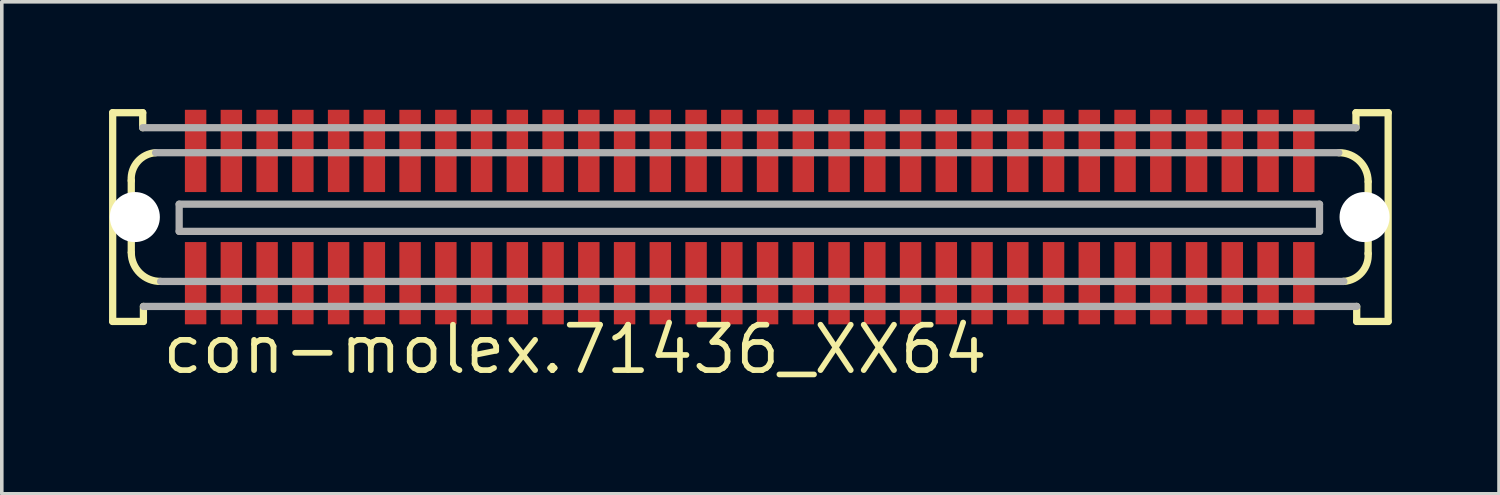
<source format=kicad_pcb>
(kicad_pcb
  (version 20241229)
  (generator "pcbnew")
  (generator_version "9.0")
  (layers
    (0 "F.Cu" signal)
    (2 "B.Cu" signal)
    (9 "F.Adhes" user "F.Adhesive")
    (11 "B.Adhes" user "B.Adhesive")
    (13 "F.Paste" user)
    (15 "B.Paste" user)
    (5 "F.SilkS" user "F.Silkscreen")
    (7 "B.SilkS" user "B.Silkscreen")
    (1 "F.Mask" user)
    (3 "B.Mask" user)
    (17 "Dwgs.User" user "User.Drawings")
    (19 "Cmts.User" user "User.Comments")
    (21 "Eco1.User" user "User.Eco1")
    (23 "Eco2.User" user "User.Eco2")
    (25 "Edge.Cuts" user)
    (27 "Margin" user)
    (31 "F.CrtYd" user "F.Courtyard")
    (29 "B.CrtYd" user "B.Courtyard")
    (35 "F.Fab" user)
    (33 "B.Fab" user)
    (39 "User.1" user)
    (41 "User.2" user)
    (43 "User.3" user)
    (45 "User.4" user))
  (footprint "con-molex.71436_XX64"
    (layer "F.Cu")
    (at 17.922 3.022)
    (property "Reference" "con-molex.71436_XX64" (at -16.51 4.445 0) (layer "F.SilkS") (effects (font (size 1.27 1.27) (thickness 0.16)) (justify left bottom)))
    (attr smd)
    (fp_line (start -17.82 -2.92) (end -16.98 -2.92) (stroke (width 0.203) (type default)) (layer "F.SilkS"))
    (fp_line (start -17.82 2.92) (end -17.82 -2.92) (stroke (width 0.203) (type default)) (layer "F.SilkS"))
    (fp_line (start -17.3 0.98) (end -17.3 -1.02) (stroke (width 0.203) (type default)) (layer "F.SilkS"))
    (fp_line (start -16.98 -2.92) (end -16.98 -2.5) (stroke (width 0.203) (type default)) (layer "F.SilkS"))
    (fp_line (start -16.96 2.5) (end -16.96 2.92) (stroke (width 0.203) (type default)) (layer "F.SilkS"))
    (fp_line (start -16.96 2.92) (end -17.82 2.92) (stroke (width 0.203) (type default)) (layer "F.SilkS"))
    (fp_line (start 16.96 -2.92) (end 17.86 -2.92) (stroke (width 0.203) (type default)) (layer "F.SilkS"))
    (fp_line (start 16.96 -2.5) (end 16.96 -2.92) (stroke (width 0.203) (type default)) (layer "F.SilkS"))
    (fp_line (start 16.98 2.92) (end 16.98 2.5) (stroke (width 0.203) (type default)) (layer "F.SilkS"))
    (fp_line (start 17.3 -0.98) (end 17.3 1.02) (stroke (width 0.203) (type default)) (layer "F.SilkS"))
    (fp_line (start 17.86 -2.92) (end 17.86 2.92) (stroke (width 0.203) (type default)) (layer "F.SilkS"))
    (fp_line (start 17.86 2.92) (end 16.98 2.92) (stroke (width 0.203) (type default)) (layer "F.SilkS"))
    (fp_arc (start -17.3 -1.02) (mid -17.121543 -1.550833) (end -16.62 -1.8) (stroke (width 0.2032) (type default)) (layer "F.SilkS"))
    (fp_arc (start -16.48 1.8) (mid -17.055685 1.569828) (end -17.3 1) (stroke (width 0.2032) (type default)) (layer "F.SilkS"))
    (fp_arc (start 16.48 -1.8) (mid 17.055685 -1.569828) (end 17.3 -1) (stroke (width 0.2032) (type default)) (layer "F.SilkS"))
    (fp_arc (start 17.3 1.02) (mid 17.121543 1.550833) (end 16.62 1.8) (stroke (width 0.2032) (type default)) (layer "F.SilkS"))
    (fp_line (start -16.98 -2.5) (end 16.96 -2.5) (stroke (width 0.203) (type default)) (layer "F.Fab"))
    (fp_line (start -16.62 -1.8) (end 16.48 -1.8) (stroke (width 0.203) (type default)) (layer "F.Fab"))
    (fp_line (start -15.96 -0.36) (end 15.94 -0.36) (stroke (width 0.203) (type default)) (layer "F.Fab"))
    (fp_line (start -15.96 0.4) (end -15.96 -0.36) (stroke (width 0.203) (type default)) (layer "F.Fab"))
    (fp_line (start 15.94 -0.36) (end 15.94 0.4) (stroke (width 0.203) (type default)) (layer "F.Fab"))
    (fp_line (start 15.94 0.4) (end -15.96 0.4) (stroke (width 0.203) (type default)) (layer "F.Fab"))
    (fp_line (start 16.6 1.8) (end -16.48 1.8) (stroke (width 0.203) (type default)) (layer "F.Fab"))
    (fp_line (start 16.62 1.8) (end 16.6 1.8) (stroke (width 0.203) (type default)) (layer "F.Fab"))
    (fp_line (start 16.98 2.5) (end -16.96 2.5) (stroke (width 0.203) (type default)) (layer "F.Fab"))
    (pad "" np_thru_hole circle (at -17.2 0) (size 1.4 1.4) (drill 1.4) (layers "*.Cu" "*.Mask"))
    (pad "" np_thru_hole circle (at 17.2 0) (size 1.4 1.4) (drill 1.4) (layers "*.Cu" "*.Mask"))
    (pad "1" smd roundrect (at -15.5 1.85) (size 0.6 2.3) (layers "F.Cu" "F.Mask" "F.Paste") (roundrect_rratio 0.01))
    (pad "2" smd roundrect (at -14.5 1.85) (size 0.6 2.3) (layers "F.Cu" "F.Mask" "F.Paste") (roundrect_rratio 0.01))
    (pad "3" smd roundrect (at -13.5 1.85) (size 0.6 2.3) (layers "F.Cu" "F.Mask" "F.Paste") (roundrect_rratio 0.01))
    (pad "4" smd roundrect (at -12.5 1.85) (size 0.6 2.3) (layers "F.Cu" "F.Mask" "F.Paste") (roundrect_rratio 0.01))
    (pad "5" smd roundrect (at -11.5 1.85) (size 0.6 2.3) (layers "F.Cu" "F.Mask" "F.Paste") (roundrect_rratio 0.01))
    (pad "6" smd roundrect (at -10.5 1.85) (size 0.6 2.3) (layers "F.Cu" "F.Mask" "F.Paste") (roundrect_rratio 0.01))
    (pad "7" smd roundrect (at -9.5 1.85) (size 0.6 2.3) (layers "F.Cu" "F.Mask" "F.Paste") (roundrect_rratio 0.01))
    (pad "8" smd roundrect (at -8.5 1.85) (size 0.6 2.3) (layers "F.Cu" "F.Mask" "F.Paste") (roundrect_rratio 0.01))
    (pad "9" smd roundrect (at -7.5 1.85) (size 0.6 2.3) (layers "F.Cu" "F.Mask" "F.Paste") (roundrect_rratio 0.01))
    (pad "10" smd roundrect (at -6.5 1.85) (size 0.6 2.3) (layers "F.Cu" "F.Mask" "F.Paste") (roundrect_rratio 0.01))
    (pad "11" smd roundrect (at -5.5 1.85) (size 0.6 2.3) (layers "F.Cu" "F.Mask" "F.Paste") (roundrect_rratio 0.01))
    (pad "12" smd roundrect (at -4.5 1.85) (size 0.6 2.3) (layers "F.Cu" "F.Mask" "F.Paste") (roundrect_rratio 0.01))
    (pad "13" smd roundrect (at -3.5 1.85) (size 0.6 2.3) (layers "F.Cu" "F.Mask" "F.Paste") (roundrect_rratio 0.01))
    (pad "14" smd roundrect (at -2.5 1.85) (size 0.6 2.3) (layers "F.Cu" "F.Mask" "F.Paste") (roundrect_rratio 0.01))
    (pad "15" smd roundrect (at -1.5 1.85) (size 0.6 2.3) (layers "F.Cu" "F.Mask" "F.Paste") (roundrect_rratio 0.01))
    (pad "16" smd roundrect (at -0.5 1.85) (size 0.6 2.3) (layers "F.Cu" "F.Mask" "F.Paste") (roundrect_rratio 0.01))
    (pad "17" smd roundrect (at 0.5 1.85) (size 0.6 2.3) (layers "F.Cu" "F.Mask" "F.Paste") (roundrect_rratio 0.01))
    (pad "18" smd roundrect (at 1.5 1.85) (size 0.6 2.3) (layers "F.Cu" "F.Mask" "F.Paste") (roundrect_rratio 0.01))
    (pad "19" smd roundrect (at 2.5 1.85) (size 0.6 2.3) (layers "F.Cu" "F.Mask" "F.Paste") (roundrect_rratio 0.01))
    (pad "20" smd roundrect (at 3.5 1.85) (size 0.6 2.3) (layers "F.Cu" "F.Mask" "F.Paste") (roundrect_rratio 0.01))
    (pad "21" smd roundrect (at 4.5 1.85) (size 0.6 2.3) (layers "F.Cu" "F.Mask" "F.Paste") (roundrect_rratio 0.01))
    (pad "22" smd roundrect (at 5.5 1.85) (size 0.6 2.3) (layers "F.Cu" "F.Mask" "F.Paste") (roundrect_rratio 0.01))
    (pad "23" smd roundrect (at 6.5 1.85) (size 0.6 2.3) (layers "F.Cu" "F.Mask" "F.Paste") (roundrect_rratio 0.01))
    (pad "24" smd roundrect (at 7.5 1.85) (size 0.6 2.3) (layers "F.Cu" "F.Mask" "F.Paste") (roundrect_rratio 0.01))
    (pad "25" smd roundrect (at 8.5 1.85) (size 0.6 2.3) (layers "F.Cu" "F.Mask" "F.Paste") (roundrect_rratio 0.01))
    (pad "26" smd roundrect (at 9.5 1.85) (size 0.6 2.3) (layers "F.Cu" "F.Mask" "F.Paste") (roundrect_rratio 0.01))
    (pad "27" smd roundrect (at 10.5 1.85) (size 0.6 2.3) (layers "F.Cu" "F.Mask" "F.Paste") (roundrect_rratio 0.01))
    (pad "28" smd roundrect (at 11.5 1.85) (size 0.6 2.3) (layers "F.Cu" "F.Mask" "F.Paste") (roundrect_rratio 0.01))
    (pad "29" smd roundrect (at 12.5 1.85) (size 0.6 2.3) (layers "F.Cu" "F.Mask" "F.Paste") (roundrect_rratio 0.01))
    (pad "30" smd roundrect (at 13.5 1.85) (size 0.6 2.3) (layers "F.Cu" "F.Mask" "F.Paste") (roundrect_rratio 0.01))
    (pad "31" smd roundrect (at 14.5 1.85) (size 0.6 2.3) (layers "F.Cu" "F.Mask" "F.Paste") (roundrect_rratio 0.01))
    (pad "32" smd roundrect (at 15.5 1.85) (size 0.6 2.3) (layers "F.Cu" "F.Mask" "F.Paste") (roundrect_rratio 0.01))
    (pad "33" smd roundrect (at -15.5 -1.85) (size 0.6 2.3) (layers "F.Cu" "F.Mask" "F.Paste") (roundrect_rratio 0.01))
    (pad "34" smd roundrect (at -14.5 -1.85) (size 0.6 2.3) (layers "F.Cu" "F.Mask" "F.Paste") (roundrect_rratio 0.01))
    (pad "35" smd roundrect (at -13.5 -1.85) (size 0.6 2.3) (layers "F.Cu" "F.Mask" "F.Paste") (roundrect_rratio 0.01))
    (pad "36" smd roundrect (at -12.5 -1.85) (size 0.6 2.3) (layers "F.Cu" "F.Mask" "F.Paste") (roundrect_rratio 0.01))
    (pad "37" smd roundrect (at -11.5 -1.85) (size 0.6 2.3) (layers "F.Cu" "F.Mask" "F.Paste") (roundrect_rratio 0.01))
    (pad "38" smd roundrect (at -10.5 -1.85) (size 0.6 2.3) (layers "F.Cu" "F.Mask" "F.Paste") (roundrect_rratio 0.01))
    (pad "39" smd roundrect (at -9.5 -1.85) (size 0.6 2.3) (layers "F.Cu" "F.Mask" "F.Paste") (roundrect_rratio 0.01))
    (pad "40" smd roundrect (at -8.5 -1.85) (size 0.6 2.3) (layers "F.Cu" "F.Mask" "F.Paste") (roundrect_rratio 0.01))
    (pad "41" smd roundrect (at -7.5 -1.85) (size 0.6 2.3) (layers "F.Cu" "F.Mask" "F.Paste") (roundrect_rratio 0.01))
    (pad "42" smd roundrect (at -6.5 -1.85) (size 0.6 2.3) (layers "F.Cu" "F.Mask" "F.Paste") (roundrect_rratio 0.01))
    (pad "43" smd roundrect (at -5.5 -1.85) (size 0.6 2.3) (layers "F.Cu" "F.Mask" "F.Paste") (roundrect_rratio 0.01))
    (pad "44" smd roundrect (at -4.5 -1.85) (size 0.6 2.3) (layers "F.Cu" "F.Mask" "F.Paste") (roundrect_rratio 0.01))
    (pad "45" smd roundrect (at -3.5 -1.85) (size 0.6 2.3) (layers "F.Cu" "F.Mask" "F.Paste") (roundrect_rratio 0.01))
    (pad "46" smd roundrect (at -2.5 -1.85) (size 0.6 2.3) (layers "F.Cu" "F.Mask" "F.Paste") (roundrect_rratio 0.01))
    (pad "47" smd roundrect (at -1.5 -1.85) (size 0.6 2.3) (layers "F.Cu" "F.Mask" "F.Paste") (roundrect_rratio 0.01))
    (pad "48" smd roundrect (at -0.5 -1.85) (size 0.6 2.3) (layers "F.Cu" "F.Mask" "F.Paste") (roundrect_rratio 0.01))
    (pad "49" smd roundrect (at 0.5 -1.85) (size 0.6 2.3) (layers "F.Cu" "F.Mask" "F.Paste") (roundrect_rratio 0.01))
    (pad "50" smd roundrect (at 1.5 -1.85) (size 0.6 2.3) (layers "F.Cu" "F.Mask" "F.Paste") (roundrect_rratio 0.01))
    (pad "51" smd roundrect (at 2.5 -1.85) (size 0.6 2.3) (layers "F.Cu" "F.Mask" "F.Paste") (roundrect_rratio 0.01))
    (pad "52" smd roundrect (at 3.5 -1.85) (size 0.6 2.3) (layers "F.Cu" "F.Mask" "F.Paste") (roundrect_rratio 0.01))
    (pad "53" smd roundrect (at 4.5 -1.85) (size 0.6 2.3) (layers "F.Cu" "F.Mask" "F.Paste") (roundrect_rratio 0.01))
    (pad "54" smd roundrect (at 5.5 -1.85) (size 0.6 2.3) (layers "F.Cu" "F.Mask" "F.Paste") (roundrect_rratio 0.01))
    (pad "55" smd roundrect (at 6.5 -1.85) (size 0.6 2.3) (layers "F.Cu" "F.Mask" "F.Paste") (roundrect_rratio 0.01))
    (pad "56" smd roundrect (at 7.5 -1.85) (size 0.6 2.3) (layers "F.Cu" "F.Mask" "F.Paste") (roundrect_rratio 0.01))
    (pad "57" smd roundrect (at 8.5 -1.85) (size 0.6 2.3) (layers "F.Cu" "F.Mask" "F.Paste") (roundrect_rratio 0.01))
    (pad "58" smd roundrect (at 9.5 -1.85) (size 0.6 2.3) (layers "F.Cu" "F.Mask" "F.Paste") (roundrect_rratio 0.01))
    (pad "59" smd roundrect (at 10.5 -1.85) (size 0.6 2.3) (layers "F.Cu" "F.Mask" "F.Paste") (roundrect_rratio 0.01))
    (pad "60" smd roundrect (at 11.5 -1.85) (size 0.6 2.3) (layers "F.Cu" "F.Mask" "F.Paste") (roundrect_rratio 0.01))
    (pad "61" smd roundrect (at 12.5 -1.85) (size 0.6 2.3) (layers "F.Cu" "F.Mask" "F.Paste") (roundrect_rratio 0.01))
    (pad "62" smd roundrect (at 13.5 -1.85) (size 0.6 2.3) (layers "F.Cu" "F.Mask" "F.Paste") (roundrect_rratio 0.01))
    (pad "63" smd roundrect (at 14.5 -1.85) (size 0.6 2.3) (layers "F.Cu" "F.Mask" "F.Paste") (roundrect_rratio 0.01))
    (pad "64" smd roundrect (at 15.5 -1.85) (size 0.6 2.3) (layers "F.Cu" "F.Mask" "F.Paste") (roundrect_rratio 0.01)))
  (gr_rect
    (start -3 -3)
    (end 38.883 10.764)
    (stroke (width 0.1) (type default))
    (fill no)
    (layer "Edge.Cuts")))
</source>
